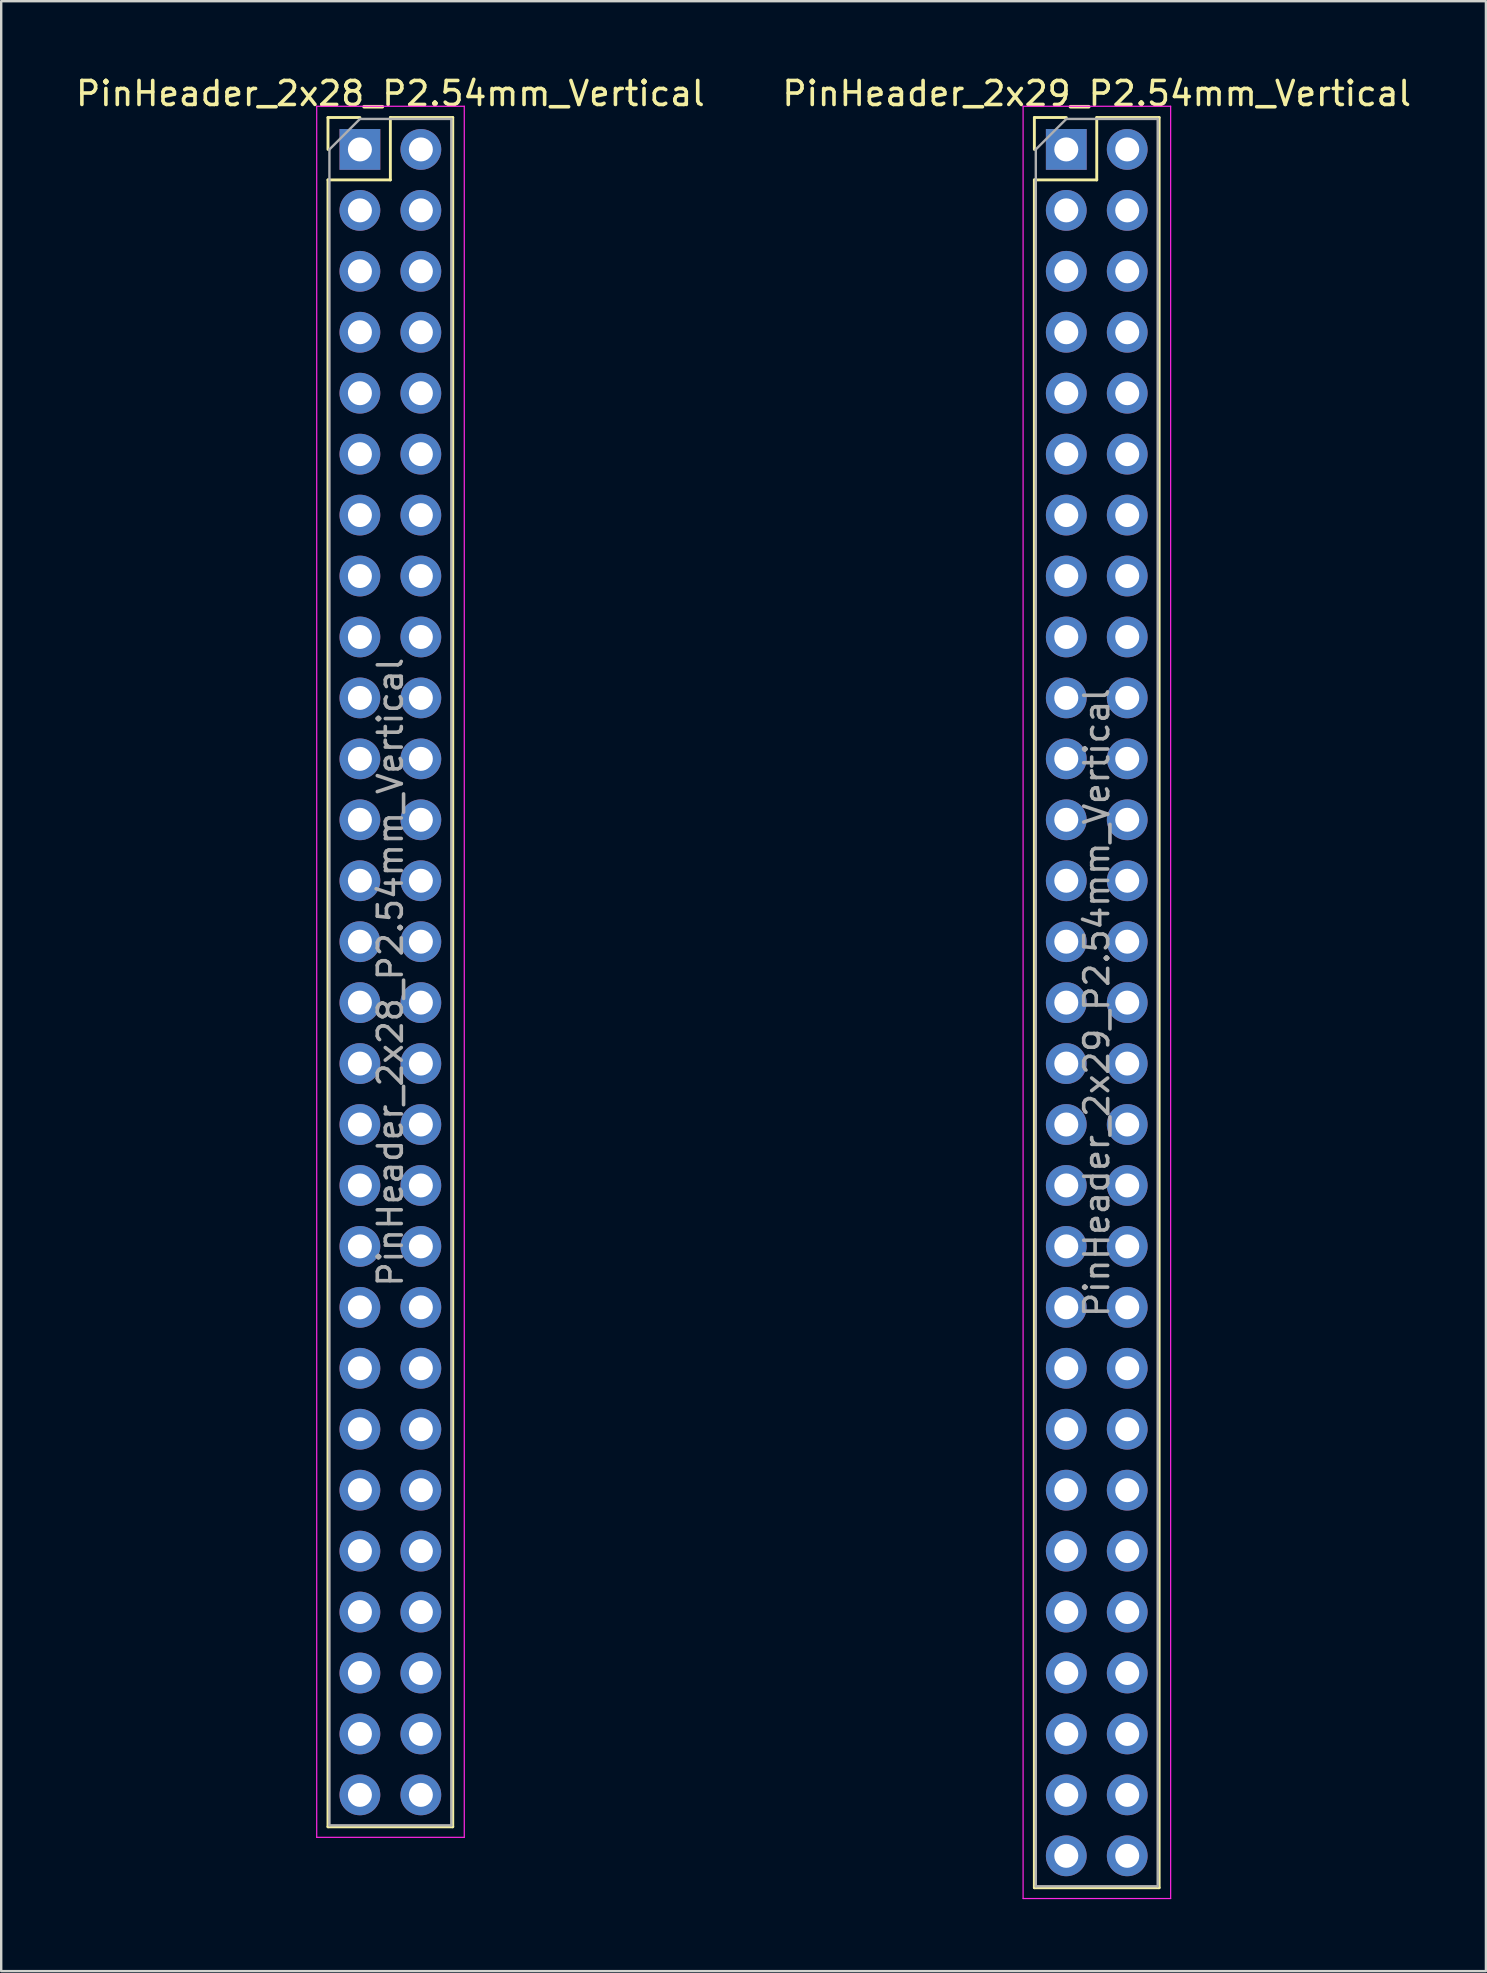
<source format=kicad_pcb>
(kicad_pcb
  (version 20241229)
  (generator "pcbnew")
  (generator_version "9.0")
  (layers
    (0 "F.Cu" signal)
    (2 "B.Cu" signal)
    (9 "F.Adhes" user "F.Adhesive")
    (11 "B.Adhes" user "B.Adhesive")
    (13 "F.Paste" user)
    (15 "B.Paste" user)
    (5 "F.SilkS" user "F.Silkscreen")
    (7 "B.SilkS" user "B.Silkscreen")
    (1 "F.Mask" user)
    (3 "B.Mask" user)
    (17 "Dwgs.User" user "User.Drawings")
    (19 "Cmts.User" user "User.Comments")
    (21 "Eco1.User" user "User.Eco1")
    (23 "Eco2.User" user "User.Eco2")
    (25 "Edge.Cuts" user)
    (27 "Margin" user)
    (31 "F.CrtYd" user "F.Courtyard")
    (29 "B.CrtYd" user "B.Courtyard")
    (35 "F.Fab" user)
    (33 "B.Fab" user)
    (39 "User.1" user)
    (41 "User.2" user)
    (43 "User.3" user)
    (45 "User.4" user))
  (footprint "PinHeader_2x28_P2.54mm_Vertical"
    (layer "F.Cu")
    (at 11.95 3.178)
    (property "Reference" "PinHeader_2x28_P2.54mm_Vertical" (at 1.27 -2.33 0) (layer "F.SilkS") (effects (font (size 1 1) (thickness 0.15))))
    (attr through_hole)
    (fp_line (start -1.33 -1.33) (end 0 -1.33) (stroke (width 0.12) (type solid)) (layer "F.SilkS"))
    (fp_line (start -1.33 0) (end -1.33 -1.33) (stroke (width 0.12) (type solid)) (layer "F.SilkS"))
    (fp_line (start -1.33 1.27) (end -1.33 69.91) (stroke (width 0.12) (type solid)) (layer "F.SilkS"))
    (fp_line (start -1.33 1.27) (end 1.27 1.27) (stroke (width 0.12) (type solid)) (layer "F.SilkS"))
    (fp_line (start -1.33 69.91) (end 3.87 69.91) (stroke (width 0.12) (type solid)) (layer "F.SilkS"))
    (fp_line (start 1.27 -1.33) (end 3.87 -1.33) (stroke (width 0.12) (type solid)) (layer "F.SilkS"))
    (fp_line (start 1.27 1.27) (end 1.27 -1.33) (stroke (width 0.12) (type solid)) (layer "F.SilkS"))
    (fp_line (start 3.87 -1.33) (end 3.87 69.91) (stroke (width 0.12) (type solid)) (layer "F.SilkS"))
    (fp_line (start -1.8 -1.8) (end -1.8 70.35) (stroke (width 0.05) (type solid)) (layer "F.CrtYd"))
    (fp_line (start -1.8 70.35) (end 4.35 70.35) (stroke (width 0.05) (type solid)) (layer "F.CrtYd"))
    (fp_line (start 4.35 -1.8) (end -1.8 -1.8) (stroke (width 0.05) (type solid)) (layer "F.CrtYd"))
    (fp_line (start 4.35 70.35) (end 4.35 -1.8) (stroke (width 0.05) (type solid)) (layer "F.CrtYd"))
    (fp_line (start -1.27 0) (end 0 -1.27) (stroke (width 0.1) (type solid)) (layer "F.Fab"))
    (fp_line (start -1.27 69.85) (end -1.27 0) (stroke (width 0.1) (type solid)) (layer "F.Fab"))
    (fp_line (start 0 -1.27) (end 3.81 -1.27) (stroke (width 0.1) (type solid)) (layer "F.Fab"))
    (fp_line (start 3.81 -1.27) (end 3.81 69.85) (stroke (width 0.1) (type solid)) (layer "F.Fab"))
    (fp_line (start 3.81 69.85) (end -1.27 69.85) (stroke (width 0.1) (type solid)) (layer "F.Fab"))
    (fp_text user "${REFERENCE}" (at 1.27 34.29 90) (layer "F.Fab") (effects (font (size 1 1) (thickness 0.15))))
    (pad "1" thru_hole rect (at 0 0) (size 1.7 1.7) (drill 1) (layers "*.Cu" "*.Mask"))
    (pad "2" thru_hole oval (at 2.54 0) (size 1.7 1.7) (drill 1) (layers "*.Cu" "*.Mask"))
    (pad "3" thru_hole oval (at 0 2.54) (size 1.7 1.7) (drill 1) (layers "*.Cu" "*.Mask"))
    (pad "4" thru_hole oval (at 2.54 2.54) (size 1.7 1.7) (drill 1) (layers "*.Cu" "*.Mask"))
    (pad "5" thru_hole oval (at 0 5.08) (size 1.7 1.7) (drill 1) (layers "*.Cu" "*.Mask"))
    (pad "6" thru_hole oval (at 2.54 5.08) (size 1.7 1.7) (drill 1) (layers "*.Cu" "*.Mask"))
    (pad "7" thru_hole oval (at 0 7.62) (size 1.7 1.7) (drill 1) (layers "*.Cu" "*.Mask"))
    (pad "8" thru_hole oval (at 2.54 7.62) (size 1.7 1.7) (drill 1) (layers "*.Cu" "*.Mask"))
    (pad "9" thru_hole oval (at 0 10.16) (size 1.7 1.7) (drill 1) (layers "*.Cu" "*.Mask"))
    (pad "10" thru_hole oval (at 2.54 10.16) (size 1.7 1.7) (drill 1) (layers "*.Cu" "*.Mask"))
    (pad "11" thru_hole oval (at 0 12.7) (size 1.7 1.7) (drill 1) (layers "*.Cu" "*.Mask"))
    (pad "12" thru_hole oval (at 2.54 12.7) (size 1.7 1.7) (drill 1) (layers "*.Cu" "*.Mask"))
    (pad "13" thru_hole oval (at 0 15.24) (size 1.7 1.7) (drill 1) (layers "*.Cu" "*.Mask"))
    (pad "14" thru_hole oval (at 2.54 15.24) (size 1.7 1.7) (drill 1) (layers "*.Cu" "*.Mask"))
    (pad "15" thru_hole oval (at 0 17.78) (size 1.7 1.7) (drill 1) (layers "*.Cu" "*.Mask"))
    (pad "16" thru_hole oval (at 2.54 17.78) (size 1.7 1.7) (drill 1) (layers "*.Cu" "*.Mask"))
    (pad "17" thru_hole oval (at 0 20.32) (size 1.7 1.7) (drill 1) (layers "*.Cu" "*.Mask"))
    (pad "18" thru_hole oval (at 2.54 20.32) (size 1.7 1.7) (drill 1) (layers "*.Cu" "*.Mask"))
    (pad "19" thru_hole oval (at 0 22.86) (size 1.7 1.7) (drill 1) (layers "*.Cu" "*.Mask"))
    (pad "20" thru_hole oval (at 2.54 22.86) (size 1.7 1.7) (drill 1) (layers "*.Cu" "*.Mask"))
    (pad "21" thru_hole oval (at 0 25.4) (size 1.7 1.7) (drill 1) (layers "*.Cu" "*.Mask"))
    (pad "22" thru_hole oval (at 2.54 25.4) (size 1.7 1.7) (drill 1) (layers "*.Cu" "*.Mask"))
    (pad "23" thru_hole oval (at 0 27.94) (size 1.7 1.7) (drill 1) (layers "*.Cu" "*.Mask"))
    (pad "24" thru_hole oval (at 2.54 27.94) (size 1.7 1.7) (drill 1) (layers "*.Cu" "*.Mask"))
    (pad "25" thru_hole oval (at 0 30.48) (size 1.7 1.7) (drill 1) (layers "*.Cu" "*.Mask"))
    (pad "26" thru_hole oval (at 2.54 30.48) (size 1.7 1.7) (drill 1) (layers "*.Cu" "*.Mask"))
    (pad "27" thru_hole oval (at 0 33.02) (size 1.7 1.7) (drill 1) (layers "*.Cu" "*.Mask"))
    (pad "28" thru_hole oval (at 2.54 33.02) (size 1.7 1.7) (drill 1) (layers "*.Cu" "*.Mask"))
    (pad "29" thru_hole oval (at 0 35.56) (size 1.7 1.7) (drill 1) (layers "*.Cu" "*.Mask"))
    (pad "30" thru_hole oval (at 2.54 35.56) (size 1.7 1.7) (drill 1) (layers "*.Cu" "*.Mask"))
    (pad "31" thru_hole oval (at 0 38.1) (size 1.7 1.7) (drill 1) (layers "*.Cu" "*.Mask"))
    (pad "32" thru_hole oval (at 2.54 38.1) (size 1.7 1.7) (drill 1) (layers "*.Cu" "*.Mask"))
    (pad "33" thru_hole oval (at 0 40.64) (size 1.7 1.7) (drill 1) (layers "*.Cu" "*.Mask"))
    (pad "34" thru_hole oval (at 2.54 40.64) (size 1.7 1.7) (drill 1) (layers "*.Cu" "*.Mask"))
    (pad "35" thru_hole oval (at 0 43.18) (size 1.7 1.7) (drill 1) (layers "*.Cu" "*.Mask"))
    (pad "36" thru_hole oval (at 2.54 43.18) (size 1.7 1.7) (drill 1) (layers "*.Cu" "*.Mask"))
    (pad "37" thru_hole oval (at 0 45.72) (size 1.7 1.7) (drill 1) (layers "*.Cu" "*.Mask"))
    (pad "38" thru_hole oval (at 2.54 45.72) (size 1.7 1.7) (drill 1) (layers "*.Cu" "*.Mask"))
    (pad "39" thru_hole oval (at 0 48.26) (size 1.7 1.7) (drill 1) (layers "*.Cu" "*.Mask"))
    (pad "40" thru_hole oval (at 2.54 48.26) (size 1.7 1.7) (drill 1) (layers "*.Cu" "*.Mask"))
    (pad "41" thru_hole oval (at 0 50.8) (size 1.7 1.7) (drill 1) (layers "*.Cu" "*.Mask"))
    (pad "42" thru_hole oval (at 2.54 50.8) (size 1.7 1.7) (drill 1) (layers "*.Cu" "*.Mask"))
    (pad "43" thru_hole oval (at 0 53.34) (size 1.7 1.7) (drill 1) (layers "*.Cu" "*.Mask"))
    (pad "44" thru_hole oval (at 2.54 53.34) (size 1.7 1.7) (drill 1) (layers "*.Cu" "*.Mask"))
    (pad "45" thru_hole oval (at 0 55.88) (size 1.7 1.7) (drill 1) (layers "*.Cu" "*.Mask"))
    (pad "46" thru_hole oval (at 2.54 55.88) (size 1.7 1.7) (drill 1) (layers "*.Cu" "*.Mask"))
    (pad "47" thru_hole oval (at 0 58.42) (size 1.7 1.7) (drill 1) (layers "*.Cu" "*.Mask"))
    (pad "48" thru_hole oval (at 2.54 58.42) (size 1.7 1.7) (drill 1) (layers "*.Cu" "*.Mask"))
    (pad "49" thru_hole oval (at 0 60.96) (size 1.7 1.7) (drill 1) (layers "*.Cu" "*.Mask"))
    (pad "50" thru_hole oval (at 2.54 60.96) (size 1.7 1.7) (drill 1) (layers "*.Cu" "*.Mask"))
    (pad "51" thru_hole oval (at 0 63.5) (size 1.7 1.7) (drill 1) (layers "*.Cu" "*.Mask"))
    (pad "52" thru_hole oval (at 2.54 63.5) (size 1.7 1.7) (drill 1) (layers "*.Cu" "*.Mask"))
    (pad "53" thru_hole oval (at 0 66.04) (size 1.7 1.7) (drill 1) (layers "*.Cu" "*.Mask"))
    (pad "54" thru_hole oval (at 2.54 66.04) (size 1.7 1.7) (drill 1) (layers "*.Cu" "*.Mask"))
    (pad "55" thru_hole oval (at 0 68.58) (size 1.7 1.7) (drill 1) (layers "*.Cu" "*.Mask"))
    (pad "56" thru_hole oval (at 2.54 68.58) (size 1.7 1.7) (drill 1) (layers "*.Cu" "*.Mask")))
  (footprint "PinHeader_2x29_P2.54mm_Vertical"
    (layer "F.Cu")
    (at 41.391 3.178)
    (property "Reference" "PinHeader_2x29_P2.54mm_Vertical" (at 1.27 -2.33 0) (layer "F.SilkS") (effects (font (size 1 1) (thickness 0.15))))
    (attr through_hole)
    (fp_line (start -1.33 -1.33) (end 0 -1.33) (stroke (width 0.12) (type solid)) (layer "F.SilkS"))
    (fp_line (start -1.33 0) (end -1.33 -1.33) (stroke (width 0.12) (type solid)) (layer "F.SilkS"))
    (fp_line (start -1.33 1.27) (end -1.33 72.45) (stroke (width 0.12) (type solid)) (layer "F.SilkS"))
    (fp_line (start -1.33 1.27) (end 1.27 1.27) (stroke (width 0.12) (type solid)) (layer "F.SilkS"))
    (fp_line (start -1.33 72.45) (end 3.87 72.45) (stroke (width 0.12) (type solid)) (layer "F.SilkS"))
    (fp_line (start 1.27 -1.33) (end 3.87 -1.33) (stroke (width 0.12) (type solid)) (layer "F.SilkS"))
    (fp_line (start 1.27 1.27) (end 1.27 -1.33) (stroke (width 0.12) (type solid)) (layer "F.SilkS"))
    (fp_line (start 3.87 -1.33) (end 3.87 72.45) (stroke (width 0.12) (type solid)) (layer "F.SilkS"))
    (fp_line (start -1.8 -1.8) (end -1.8 72.9) (stroke (width 0.05) (type solid)) (layer "F.CrtYd"))
    (fp_line (start -1.8 72.9) (end 4.35 72.9) (stroke (width 0.05) (type solid)) (layer "F.CrtYd"))
    (fp_line (start 4.35 -1.8) (end -1.8 -1.8) (stroke (width 0.05) (type solid)) (layer "F.CrtYd"))
    (fp_line (start 4.35 72.9) (end 4.35 -1.8) (stroke (width 0.05) (type solid)) (layer "F.CrtYd"))
    (fp_line (start -1.27 0) (end 0 -1.27) (stroke (width 0.1) (type solid)) (layer "F.Fab"))
    (fp_line (start -1.27 72.39) (end -1.27 0) (stroke (width 0.1) (type solid)) (layer "F.Fab"))
    (fp_line (start 0 -1.27) (end 3.81 -1.27) (stroke (width 0.1) (type solid)) (layer "F.Fab"))
    (fp_line (start 3.81 -1.27) (end 3.81 72.39) (stroke (width 0.1) (type solid)) (layer "F.Fab"))
    (fp_line (start 3.81 72.39) (end -1.27 72.39) (stroke (width 0.1) (type solid)) (layer "F.Fab"))
    (fp_text user "${REFERENCE}" (at 1.27 35.56 90) (layer "F.Fab") (effects (font (size 1 1) (thickness 0.15))))
    (pad "1" thru_hole rect (at 0 0) (size 1.7 1.7) (drill 1) (layers "*.Cu" "*.Mask"))
    (pad "2" thru_hole oval (at 2.54 0) (size 1.7 1.7) (drill 1) (layers "*.Cu" "*.Mask"))
    (pad "3" thru_hole oval (at 0 2.54) (size 1.7 1.7) (drill 1) (layers "*.Cu" "*.Mask"))
    (pad "4" thru_hole oval (at 2.54 2.54) (size 1.7 1.7) (drill 1) (layers "*.Cu" "*.Mask"))
    (pad "5" thru_hole oval (at 0 5.08) (size 1.7 1.7) (drill 1) (layers "*.Cu" "*.Mask"))
    (pad "6" thru_hole oval (at 2.54 5.08) (size 1.7 1.7) (drill 1) (layers "*.Cu" "*.Mask"))
    (pad "7" thru_hole oval (at 0 7.62) (size 1.7 1.7) (drill 1) (layers "*.Cu" "*.Mask"))
    (pad "8" thru_hole oval (at 2.54 7.62) (size 1.7 1.7) (drill 1) (layers "*.Cu" "*.Mask"))
    (pad "9" thru_hole oval (at 0 10.16) (size 1.7 1.7) (drill 1) (layers "*.Cu" "*.Mask"))
    (pad "10" thru_hole oval (at 2.54 10.16) (size 1.7 1.7) (drill 1) (layers "*.Cu" "*.Mask"))
    (pad "11" thru_hole oval (at 0 12.7) (size 1.7 1.7) (drill 1) (layers "*.Cu" "*.Mask"))
    (pad "12" thru_hole oval (at 2.54 12.7) (size 1.7 1.7) (drill 1) (layers "*.Cu" "*.Mask"))
    (pad "13" thru_hole oval (at 0 15.24) (size 1.7 1.7) (drill 1) (layers "*.Cu" "*.Mask"))
    (pad "14" thru_hole oval (at 2.54 15.24) (size 1.7 1.7) (drill 1) (layers "*.Cu" "*.Mask"))
    (pad "15" thru_hole oval (at 0 17.78) (size 1.7 1.7) (drill 1) (layers "*.Cu" "*.Mask"))
    (pad "16" thru_hole oval (at 2.54 17.78) (size 1.7 1.7) (drill 1) (layers "*.Cu" "*.Mask"))
    (pad "17" thru_hole oval (at 0 20.32) (size 1.7 1.7) (drill 1) (layers "*.Cu" "*.Mask"))
    (pad "18" thru_hole oval (at 2.54 20.32) (size 1.7 1.7) (drill 1) (layers "*.Cu" "*.Mask"))
    (pad "19" thru_hole oval (at 0 22.86) (size 1.7 1.7) (drill 1) (layers "*.Cu" "*.Mask"))
    (pad "20" thru_hole oval (at 2.54 22.86) (size 1.7 1.7) (drill 1) (layers "*.Cu" "*.Mask"))
    (pad "21" thru_hole oval (at 0 25.4) (size 1.7 1.7) (drill 1) (layers "*.Cu" "*.Mask"))
    (pad "22" thru_hole oval (at 2.54 25.4) (size 1.7 1.7) (drill 1) (layers "*.Cu" "*.Mask"))
    (pad "23" thru_hole oval (at 0 27.94) (size 1.7 1.7) (drill 1) (layers "*.Cu" "*.Mask"))
    (pad "24" thru_hole oval (at 2.54 27.94) (size 1.7 1.7) (drill 1) (layers "*.Cu" "*.Mask"))
    (pad "25" thru_hole oval (at 0 30.48) (size 1.7 1.7) (drill 1) (layers "*.Cu" "*.Mask"))
    (pad "26" thru_hole oval (at 2.54 30.48) (size 1.7 1.7) (drill 1) (layers "*.Cu" "*.Mask"))
    (pad "27" thru_hole oval (at 0 33.02) (size 1.7 1.7) (drill 1) (layers "*.Cu" "*.Mask"))
    (pad "28" thru_hole oval (at 2.54 33.02) (size 1.7 1.7) (drill 1) (layers "*.Cu" "*.Mask"))
    (pad "29" thru_hole oval (at 0 35.56) (size 1.7 1.7) (drill 1) (layers "*.Cu" "*.Mask"))
    (pad "30" thru_hole oval (at 2.54 35.56) (size 1.7 1.7) (drill 1) (layers "*.Cu" "*.Mask"))
    (pad "31" thru_hole oval (at 0 38.1) (size 1.7 1.7) (drill 1) (layers "*.Cu" "*.Mask"))
    (pad "32" thru_hole oval (at 2.54 38.1) (size 1.7 1.7) (drill 1) (layers "*.Cu" "*.Mask"))
    (pad "33" thru_hole oval (at 0 40.64) (size 1.7 1.7) (drill 1) (layers "*.Cu" "*.Mask"))
    (pad "34" thru_hole oval (at 2.54 40.64) (size 1.7 1.7) (drill 1) (layers "*.Cu" "*.Mask"))
    (pad "35" thru_hole oval (at 0 43.18) (size 1.7 1.7) (drill 1) (layers "*.Cu" "*.Mask"))
    (pad "36" thru_hole oval (at 2.54 43.18) (size 1.7 1.7) (drill 1) (layers "*.Cu" "*.Mask"))
    (pad "37" thru_hole oval (at 0 45.72) (size 1.7 1.7) (drill 1) (layers "*.Cu" "*.Mask"))
    (pad "38" thru_hole oval (at 2.54 45.72) (size 1.7 1.7) (drill 1) (layers "*.Cu" "*.Mask"))
    (pad "39" thru_hole oval (at 0 48.26) (size 1.7 1.7) (drill 1) (layers "*.Cu" "*.Mask"))
    (pad "40" thru_hole oval (at 2.54 48.26) (size 1.7 1.7) (drill 1) (layers "*.Cu" "*.Mask"))
    (pad "41" thru_hole oval (at 0 50.8) (size 1.7 1.7) (drill 1) (layers "*.Cu" "*.Mask"))
    (pad "42" thru_hole oval (at 2.54 50.8) (size 1.7 1.7) (drill 1) (layers "*.Cu" "*.Mask"))
    (pad "43" thru_hole oval (at 0 53.34) (size 1.7 1.7) (drill 1) (layers "*.Cu" "*.Mask"))
    (pad "44" thru_hole oval (at 2.54 53.34) (size 1.7 1.7) (drill 1) (layers "*.Cu" "*.Mask"))
    (pad "45" thru_hole oval (at 0 55.88) (size 1.7 1.7) (drill 1) (layers "*.Cu" "*.Mask"))
    (pad "46" thru_hole oval (at 2.54 55.88) (size 1.7 1.7) (drill 1) (layers "*.Cu" "*.Mask"))
    (pad "47" thru_hole oval (at 0 58.42) (size 1.7 1.7) (drill 1) (layers "*.Cu" "*.Mask"))
    (pad "48" thru_hole oval (at 2.54 58.42) (size 1.7 1.7) (drill 1) (layers "*.Cu" "*.Mask"))
    (pad "49" thru_hole oval (at 0 60.96) (size 1.7 1.7) (drill 1) (layers "*.Cu" "*.Mask"))
    (pad "50" thru_hole oval (at 2.54 60.96) (size 1.7 1.7) (drill 1) (layers "*.Cu" "*.Mask"))
    (pad "51" thru_hole oval (at 0 63.5) (size 1.7 1.7) (drill 1) (layers "*.Cu" "*.Mask"))
    (pad "52" thru_hole oval (at 2.54 63.5) (size 1.7 1.7) (drill 1) (layers "*.Cu" "*.Mask"))
    (pad "53" thru_hole oval (at 0 66.04) (size 1.7 1.7) (drill 1) (layers "*.Cu" "*.Mask"))
    (pad "54" thru_hole oval (at 2.54 66.04) (size 1.7 1.7) (drill 1) (layers "*.Cu" "*.Mask"))
    (pad "55" thru_hole oval (at 0 68.58) (size 1.7 1.7) (drill 1) (layers "*.Cu" "*.Mask"))
    (pad "56" thru_hole oval (at 2.54 68.58) (size 1.7 1.7) (drill 1) (layers "*.Cu" "*.Mask"))
    (pad "57" thru_hole oval (at 0 71.12) (size 1.7 1.7) (drill 1) (layers "*.Cu" "*.Mask"))
    (pad "58" thru_hole oval (at 2.54 71.12) (size 1.7 1.7) (drill 1) (layers "*.Cu" "*.Mask")))
  (gr_rect
    (start -3 -3)
    (end 58.881 79.103)
    (stroke (width 0.1) (type default))
    (fill no)
    (layer "Edge.Cuts")))
</source>
